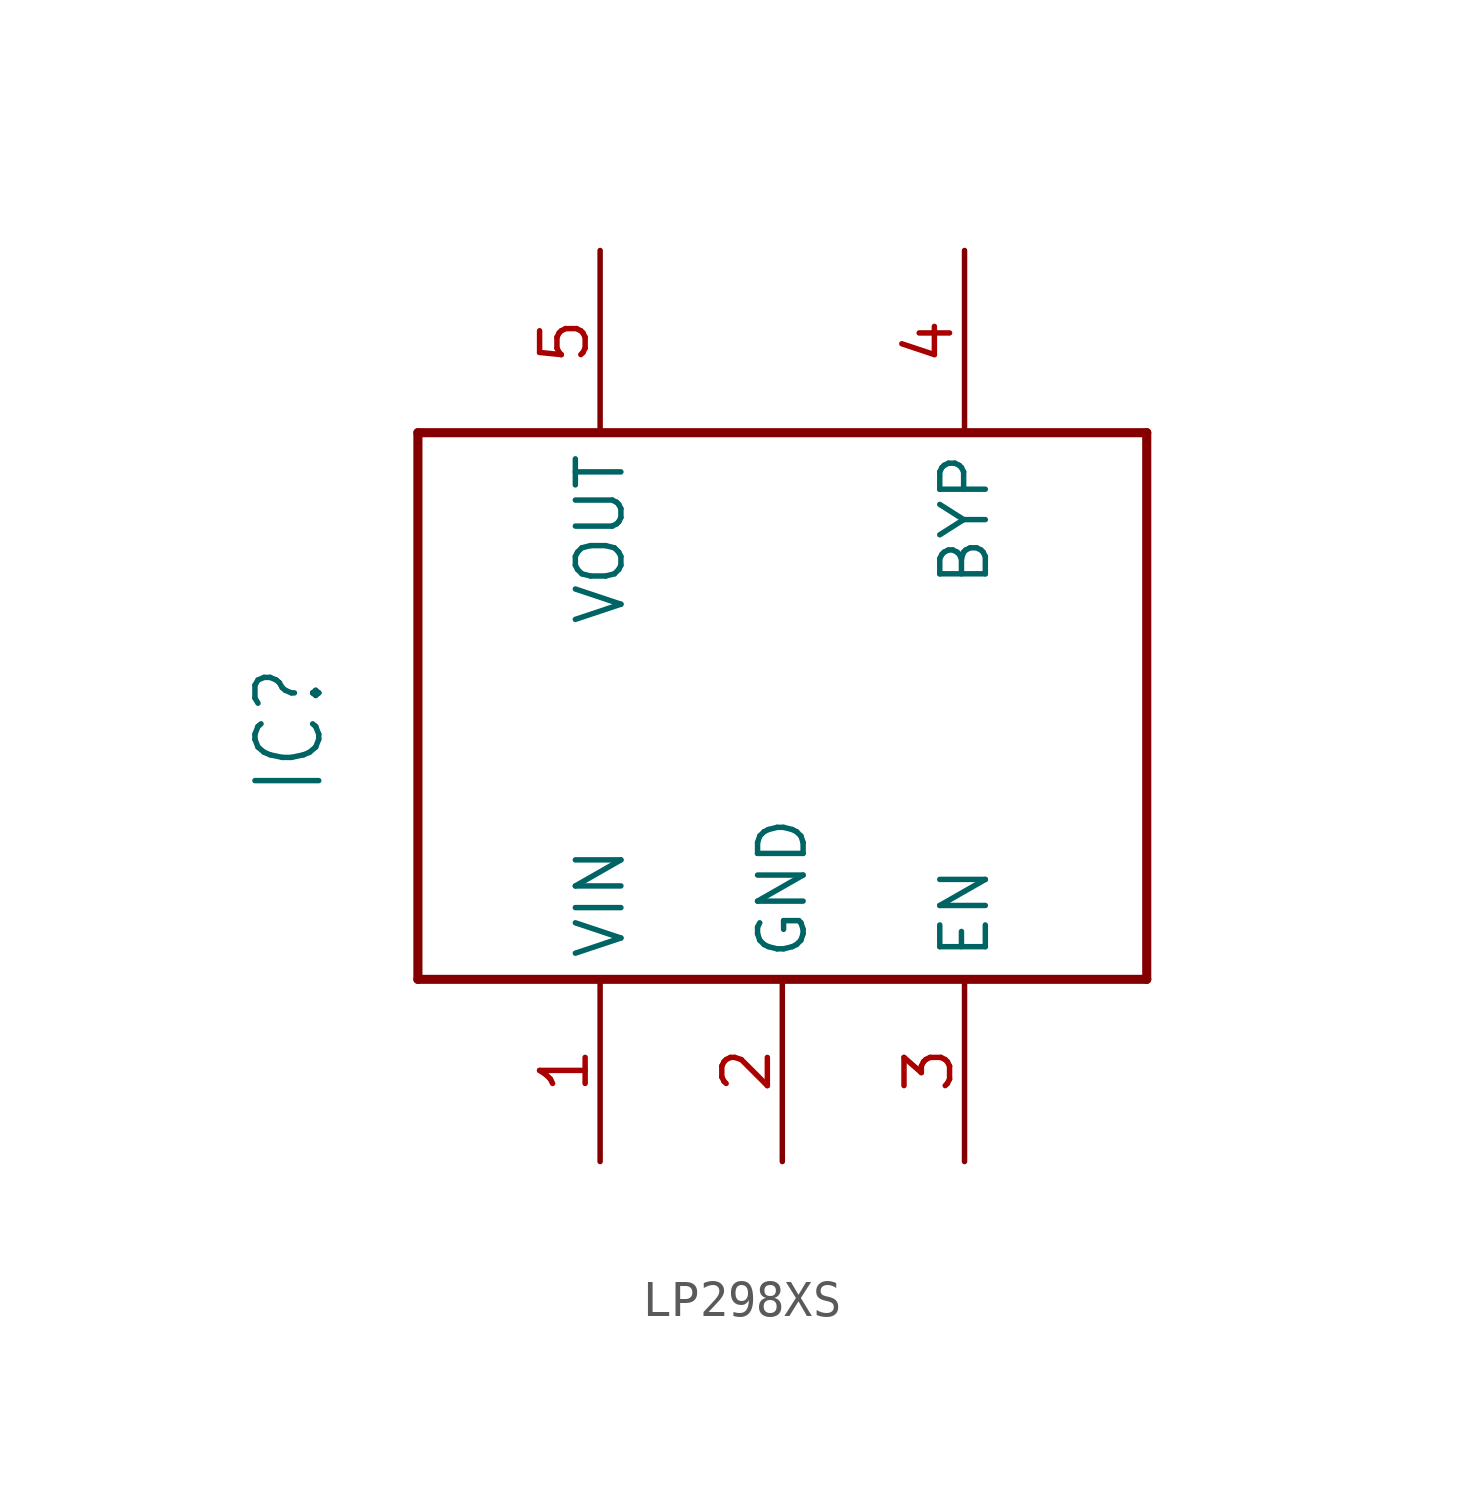
<source format=kicad_sym>
(kicad_symbol_lib
  (version 20231120)
  (generator "kicad_symbol_editor")
  (generator_version "8.0")
  (symbol "LP298XS"
    (property "Reference" "IC"
      (at -12.7 -5.08 90)
      (effects (font (size 1.778 1.511)) (justify left bottom)))
    (property "Value" ""
      (at 12.7 -5.08 90)
      (effects (font (size 1.778 1.511)) (justify left bottom)))
    (property "ki_locked" ""
      (at 0 0 0)
      (effects (font (size 1.27 1.27))))
    (symbol "LP298XS_1_0"
      (polyline (pts (xy -10.16 -10.16) (xy 10.16 -10.16)) (stroke (width 0.254) (type solid)) (fill (type none)))
      (polyline (pts (xy -10.16 5.08) (xy -10.16 -10.16)) (stroke (width 0.254) (type solid)) (fill (type none)))
      (polyline (pts (xy 10.16 -10.16) (xy 10.16 5.08)) (stroke (width 0.254) (type solid)) (fill (type none)))
      (polyline (pts (xy 10.16 5.08) (xy -10.16 5.08)) (stroke (width 0.254) (type solid)) (fill (type none)))
      (pin bidirectional line (at -5.08 -15.24 90) (length 5.08) (name "VIN" (effects (font (size 1.27 1.27)))) (number "1" (effects (font (size 1.27 1.27)))))
      (pin bidirectional line (at 0 -15.24 90) (length 5.08) (name "GND" (effects (font (size 1.27 1.27)))) (number "2" (effects (font (size 1.27 1.27)))))
      (pin bidirectional line (at 5.08 -15.24 90) (length 5.08) (name "EN" (effects (font (size 1.27 1.27)))) (number "3" (effects (font (size 1.27 1.27)))))
      (pin bidirectional line (at 5.08 10.16 270) (length 5.08) (name "BYP" (effects (font (size 1.27 1.27)))) (number "4" (effects (font (size 1.27 1.27)))))
      (pin bidirectional line (at -5.08 10.16 270) (length 5.08) (name "VOUT" (effects (font (size 1.27 1.27)))) (number "5" (effects (font (size 1.27 1.27))))))))
</source>
